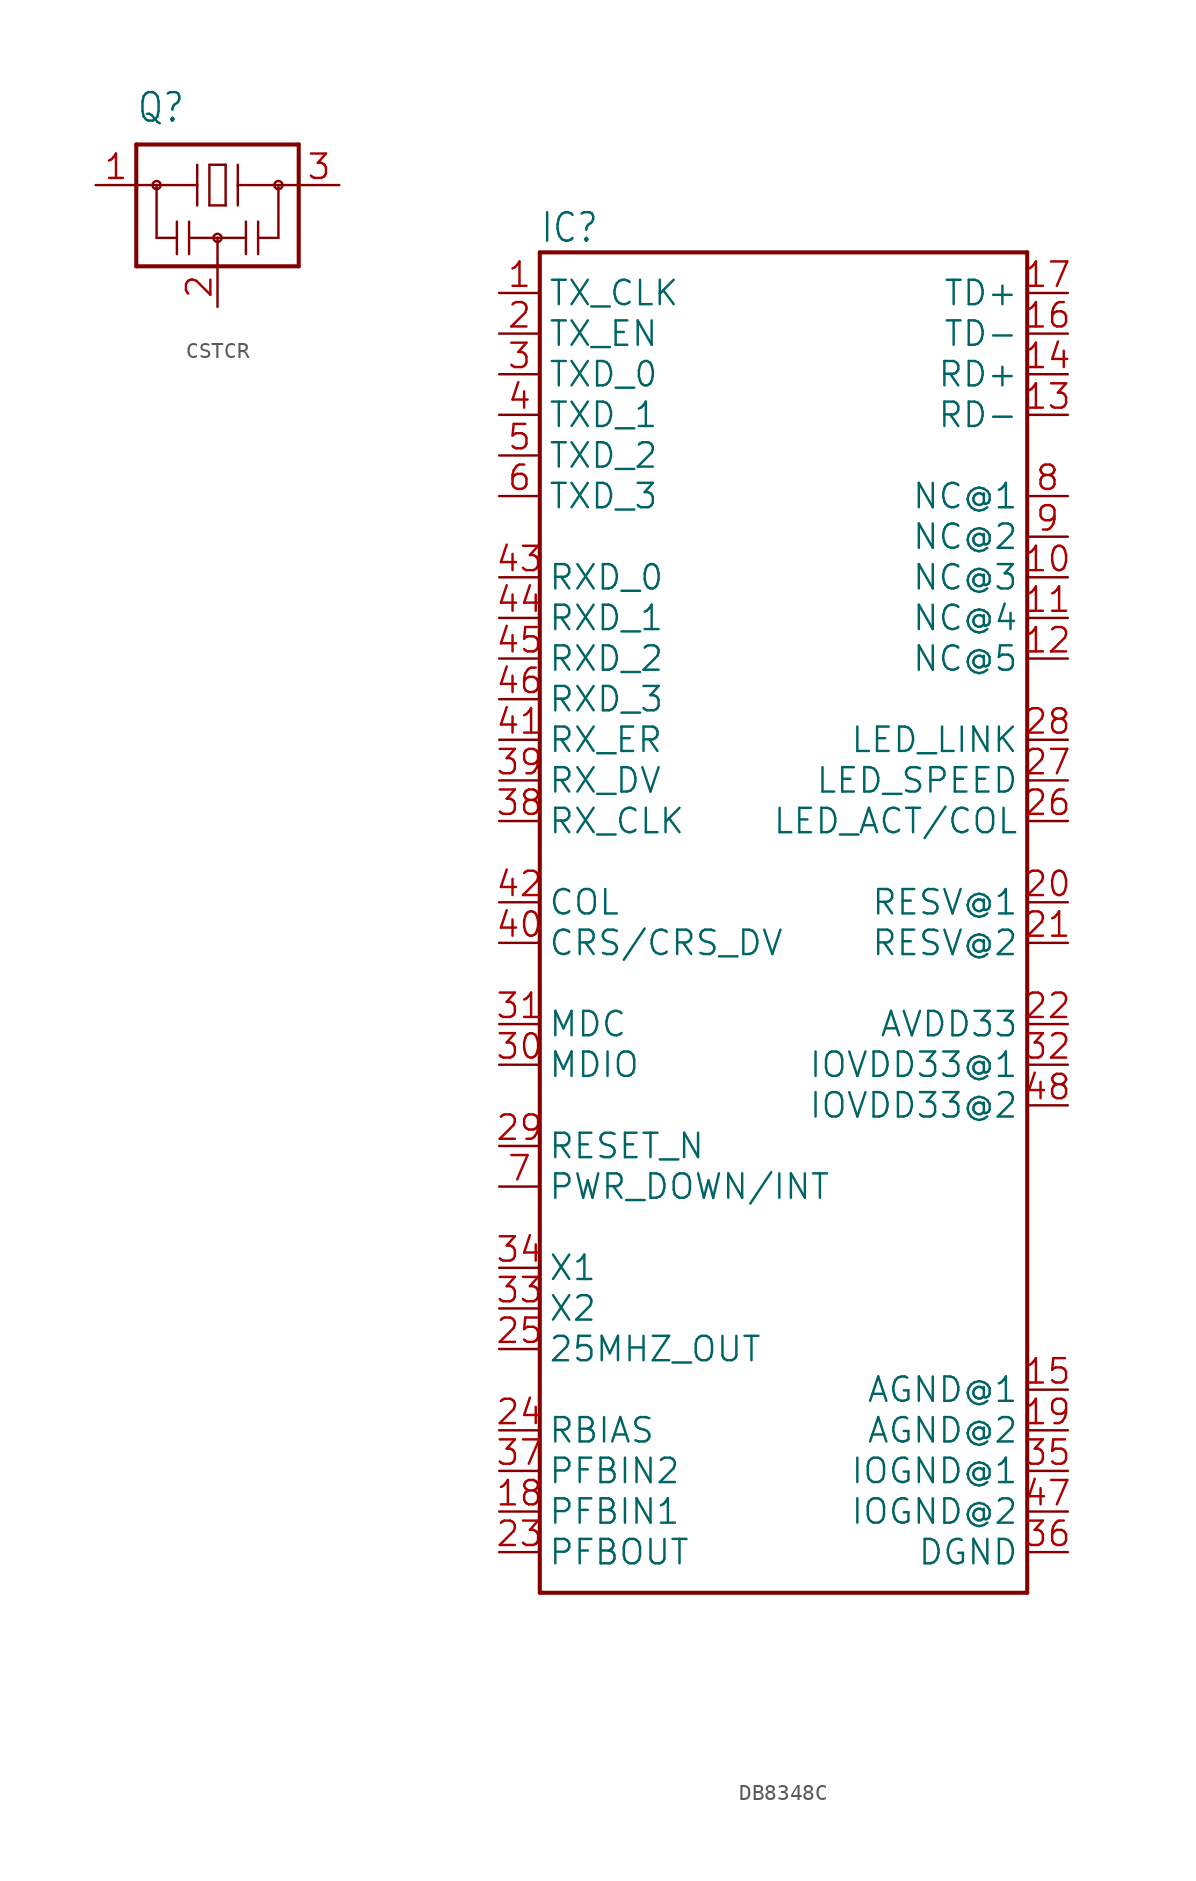
<source format=kicad_sym>
(kicad_symbol_lib
  (version 20241209)
  (generator "kicad_symbol_editor")
  (generator_version "9.0")
  (symbol "CSTCR"
    (property "Reference" "Q"
      (at -5.08 3.81 0)
      (effects (font (size 1.778 1.511)) (justify left bottom)))
    (property "Value" ""
      (at 2.54 -7.62 0)
      (effects (font (size 1.778 1.511)) (justify left bottom)))
    (property "ki_locked" ""
      (at 0 0 0)
      (effects (font (size 1.27 1.27))))
    (symbol "CSTCR_1_0"
      (polyline (pts (xy -5.08 2.54) (xy 5.08 2.54)) (stroke (width 0.254) (type solid)) (fill (type none)))
      (polyline (pts (xy -5.08 0) (xy -5.08 2.54)) (stroke (width 0.254) (type solid)) (fill (type none)))
      (polyline (pts (xy -5.08 0) (xy -3.81 0)) (stroke (width 0.152) (type solid)) (fill (type none)))
      (polyline (pts (xy -5.08 -5.08) (xy -5.08 0)) (stroke (width 0.254) (type solid)) (fill (type none)))
      (circle (center -3.81 0) (radius 0.254) (stroke (width 0) (type solid)) (fill (type none)))
      (polyline (pts (xy -3.81 0) (xy -1.27 0)) (stroke (width 0.152) (type solid)) (fill (type none)))
      (polyline (pts (xy -3.81 -3.302) (xy -3.81 0)) (stroke (width 0.152) (type solid)) (fill (type none)))
      (polyline (pts (xy -2.54 -2.286) (xy -2.54 -3.302)) (stroke (width 0.152) (type solid)) (fill (type none)))
      (polyline (pts (xy -2.54 -3.302) (xy -3.81 -3.302)) (stroke (width 0.152) (type solid)) (fill (type none)))
      (polyline (pts (xy -2.54 -3.302) (xy -2.54 -4.318)) (stroke (width 0.152) (type solid)) (fill (type none)))
      (polyline (pts (xy -1.778 -2.286) (xy -1.778 -4.318)) (stroke (width 0.152) (type solid)) (fill (type none)))
      (polyline (pts (xy -1.27 0) (xy -1.27 1.27)) (stroke (width 0.152) (type solid)) (fill (type none)))
      (polyline (pts (xy -1.27 0) (xy -1.27 -1.27)) (stroke (width 0.152) (type solid)) (fill (type none)))
      (polyline (pts (xy -0.508 1.27) (xy -0.508 -1.27)) (stroke (width 0.152) (type solid)) (fill (type none)))
      (polyline (pts (xy -0.508 -1.27) (xy 0.508 -1.27)) (stroke (width 0.152) (type solid)) (fill (type none)))
      (polyline (pts (xy 0 -3.302) (xy -1.778 -3.302)) (stroke (width 0.152) (type solid)) (fill (type none)))
      (polyline (pts (xy 0 -3.302) (xy 1.778 -3.302)) (stroke (width 0.152) (type solid)) (fill (type none)))
      (circle (center 0 -3.302) (radius 0.254) (stroke (width 0) (type solid)) (fill (type none)))
      (polyline (pts (xy 0 -5.08) (xy -5.08 -5.08)) (stroke (width 0.254) (type solid)) (fill (type none)))
      (polyline (pts (xy 0 -5.08) (xy 0 -3.302)) (stroke (width 0.152) (type solid)) (fill (type none)))
      (polyline (pts (xy 0.508 1.27) (xy -0.508 1.27)) (stroke (width 0.152) (type solid)) (fill (type none)))
      (polyline (pts (xy 0.508 -1.27) (xy 0.508 1.27)) (stroke (width 0.152) (type solid)) (fill (type none)))
      (polyline (pts (xy 1.27 1.27) (xy 1.27 0)) (stroke (width 0.152) (type solid)) (fill (type none)))
      (polyline (pts (xy 1.27 0) (xy 1.27 -1.27)) (stroke (width 0.152) (type solid)) (fill (type none)))
      (polyline (pts (xy 1.27 0) (xy 3.81 0)) (stroke (width 0.152) (type solid)) (fill (type none)))
      (polyline (pts (xy 1.778 -2.286) (xy 1.778 -4.318)) (stroke (width 0.152) (type solid)) (fill (type none)))
      (polyline (pts (xy 2.54 -2.286) (xy 2.54 -3.302)) (stroke (width 0.152) (type solid)) (fill (type none)))
      (polyline (pts (xy 2.54 -3.302) (xy 2.54 -4.318)) (stroke (width 0.152) (type solid)) (fill (type none)))
      (polyline (pts (xy 2.54 -3.302) (xy 3.81 -3.302)) (stroke (width 0.152) (type solid)) (fill (type none)))
      (polyline (pts (xy 3.81 0) (xy 5.08 0)) (stroke (width 0.152) (type solid)) (fill (type none)))
      (circle (center 3.81 0) (radius 0.254) (stroke (width 0) (type solid)) (fill (type none)))
      (polyline (pts (xy 3.81 -3.302) (xy 3.81 0)) (stroke (width 0.152) (type solid)) (fill (type none)))
      (polyline (pts (xy 5.08 2.54) (xy 5.08 0)) (stroke (width 0.254) (type solid)) (fill (type none)))
      (polyline (pts (xy 5.08 0) (xy 5.08 -5.08)) (stroke (width 0.254) (type solid)) (fill (type none)))
      (polyline (pts (xy 5.08 -5.08) (xy 0 -5.08)) (stroke (width 0.254) (type solid)) (fill (type none)))
      (pin passive line (at -7.62 0 0) (length 2.54) (name "1" (effects (font (size 0 0)))) (number "1" (effects (font (size 1.524 1.524)))))
      (pin passive line (at 0 -7.62 90) (length 2.54) (name "2" (effects (font (size 0 0)))) (number "2" (effects (font (size 1.524 1.524)))))
      (pin passive line (at 7.62 0 180) (length 2.54) (name "3" (effects (font (size 0 0)))) (number "3" (effects (font (size 1.524 1.524)))))))
  (symbol "DB8348C"
    (property "Reference" "IC"
      (at -15.24 41.148 0)
      (effects (font (size 1.778 1.511)) (justify left bottom)))
    (property "Value" ""
      (at -15.24 -45.72 0)
      (effects (font (size 1.778 1.511)) (justify left bottom)))
    (property "ki_locked" ""
      (at 0 0 0)
      (effects (font (size 1.27 1.27))))
    (symbol "DB8348C_1_0"
      (polyline (pts (xy -15.24 40.64) (xy 15.24 40.64)) (stroke (width 0.254) (type solid)) (fill (type none)))
      (polyline (pts (xy -15.24 -43.18) (xy -15.24 40.64)) (stroke (width 0.254) (type solid)) (fill (type none)))
      (polyline (pts (xy 15.24 40.64) (xy 15.24 -43.18)) (stroke (width 0.254) (type solid)) (fill (type none)))
      (polyline (pts (xy 15.24 -43.18) (xy -15.24 -43.18)) (stroke (width 0.254) (type solid)) (fill (type none)))
      (pin bidirectional line (at -17.78 38.1 0) (length 2.54) (name "TX_CLK" (effects (font (size 1.524 1.524)))) (number "1" (effects (font (size 1.524 1.524)))))
      (pin bidirectional line (at -17.78 35.56 0) (length 2.54) (name "TX_EN" (effects (font (size 1.524 1.524)))) (number "2" (effects (font (size 1.524 1.524)))))
      (pin bidirectional line (at -17.78 33.02 0) (length 2.54) (name "TXD_0" (effects (font (size 1.524 1.524)))) (number "3" (effects (font (size 1.524 1.524)))))
      (pin bidirectional line (at -17.78 30.48 0) (length 2.54) (name "TXD_1" (effects (font (size 1.524 1.524)))) (number "4" (effects (font (size 1.524 1.524)))))
      (pin bidirectional line (at -17.78 27.94 0) (length 2.54) (name "TXD_2" (effects (font (size 1.524 1.524)))) (number "5" (effects (font (size 1.524 1.524)))))
      (pin bidirectional line (at -17.78 25.4 0) (length 2.54) (name "TXD_3" (effects (font (size 1.524 1.524)))) (number "6" (effects (font (size 1.524 1.524)))))
      (pin bidirectional line (at -17.78 20.32 0) (length 2.54) (name "RXD_0" (effects (font (size 1.524 1.524)))) (number "43" (effects (font (size 1.524 1.524)))))
      (pin bidirectional line (at -17.78 17.78 0) (length 2.54) (name "RXD_1" (effects (font (size 1.524 1.524)))) (number "44" (effects (font (size 1.524 1.524)))))
      (pin bidirectional line (at -17.78 15.24 0) (length 2.54) (name "RXD_2" (effects (font (size 1.524 1.524)))) (number "45" (effects (font (size 1.524 1.524)))))
      (pin bidirectional line (at -17.78 12.7 0) (length 2.54) (name "RXD_3" (effects (font (size 1.524 1.524)))) (number "46" (effects (font (size 1.524 1.524)))))
      (pin bidirectional line (at -17.78 10.16 0) (length 2.54) (name "RX_ER" (effects (font (size 1.524 1.524)))) (number "41" (effects (font (size 1.524 1.524)))))
      (pin bidirectional line (at -17.78 7.62 0) (length 2.54) (name "RX_DV" (effects (font (size 1.524 1.524)))) (number "39" (effects (font (size 1.524 1.524)))))
      (pin bidirectional line (at -17.78 5.08 0) (length 2.54) (name "RX_CLK" (effects (font (size 1.524 1.524)))) (number "38" (effects (font (size 1.524 1.524)))))
      (pin bidirectional line (at -17.78 0 0) (length 2.54) (name "COL" (effects (font (size 1.524 1.524)))) (number "42" (effects (font (size 1.524 1.524)))))
      (pin bidirectional line (at -17.78 -2.54 0) (length 2.54) (name "CRS/CRS_DV" (effects (font (size 1.524 1.524)))) (number "40" (effects (font (size 1.524 1.524)))))
      (pin bidirectional line (at -17.78 -7.62 0) (length 2.54) (name "MDC" (effects (font (size 1.524 1.524)))) (number "31" (effects (font (size 1.524 1.524)))))
      (pin bidirectional line (at -17.78 -10.16 0) (length 2.54) (name "MDIO" (effects (font (size 1.524 1.524)))) (number "30" (effects (font (size 1.524 1.524)))))
      (pin bidirectional line (at -17.78 -15.24 0) (length 2.54) (name "RESET_N" (effects (font (size 1.524 1.524)))) (number "29" (effects (font (size 1.524 1.524)))))
      (pin bidirectional line (at -17.78 -17.78 0) (length 2.54) (name "PWR_DOWN/INT" (effects (font (size 1.524 1.524)))) (number "7" (effects (font (size 1.524 1.524)))))
      (pin bidirectional line (at -17.78 -22.86 0) (length 2.54) (name "X1" (effects (font (size 1.524 1.524)))) (number "34" (effects (font (size 1.524 1.524)))))
      (pin bidirectional line (at -17.78 -25.4 0) (length 2.54) (name "X2" (effects (font (size 1.524 1.524)))) (number "33" (effects (font (size 1.524 1.524)))))
      (pin bidirectional line (at -17.78 -27.94 0) (length 2.54) (name "25MHZ_OUT" (effects (font (size 1.524 1.524)))) (number "25" (effects (font (size 1.524 1.524)))))
      (pin bidirectional line (at -17.78 -33.02 0) (length 2.54) (name "RBIAS" (effects (font (size 1.524 1.524)))) (number "24" (effects (font (size 1.524 1.524)))))
      (pin bidirectional line (at -17.78 -35.56 0) (length 2.54) (name "PFBIN2" (effects (font (size 1.524 1.524)))) (number "37" (effects (font (size 1.524 1.524)))))
      (pin bidirectional line (at -17.78 -38.1 0) (length 2.54) (name "PFBIN1" (effects (font (size 1.524 1.524)))) (number "18" (effects (font (size 1.524 1.524)))))
      (pin bidirectional line (at -17.78 -40.64 0) (length 2.54) (name "PFBOUT" (effects (font (size 1.524 1.524)))) (number "23" (effects (font (size 1.524 1.524)))))
      (pin bidirectional line (at 17.78 38.1 180) (length 2.54) (name "TD+" (effects (font (size 1.524 1.524)))) (number "17" (effects (font (size 1.524 1.524)))))
      (pin bidirectional line (at 17.78 35.56 180) (length 2.54) (name "TD-" (effects (font (size 1.524 1.524)))) (number "16" (effects (font (size 1.524 1.524)))))
      (pin bidirectional line (at 17.78 33.02 180) (length 2.54) (name "RD+" (effects (font (size 1.524 1.524)))) (number "14" (effects (font (size 1.524 1.524)))))
      (pin bidirectional line (at 17.78 30.48 180) (length 2.54) (name "RD-" (effects (font (size 1.524 1.524)))) (number "13" (effects (font (size 1.524 1.524)))))
      (pin bidirectional line (at 17.78 25.4 180) (length 2.54) (name "NC@1" (effects (font (size 1.524 1.524)))) (number "8" (effects (font (size 1.524 1.524)))))
      (pin bidirectional line (at 17.78 22.86 180) (length 2.54) (name "NC@2" (effects (font (size 1.524 1.524)))) (number "9" (effects (font (size 1.524 1.524)))))
      (pin bidirectional line (at 17.78 20.32 180) (length 2.54) (name "NC@3" (effects (font (size 1.524 1.524)))) (number "10" (effects (font (size 1.524 1.524)))))
      (pin bidirectional line (at 17.78 17.78 180) (length 2.54) (name "NC@4" (effects (font (size 1.524 1.524)))) (number "11" (effects (font (size 1.524 1.524)))))
      (pin bidirectional line (at 17.78 15.24 180) (length 2.54) (name "NC@5" (effects (font (size 1.524 1.524)))) (number "12" (effects (font (size 1.524 1.524)))))
      (pin bidirectional line (at 17.78 10.16 180) (length 2.54) (name "LED_LINK" (effects (font (size 1.524 1.524)))) (number "28" (effects (font (size 1.524 1.524)))))
      (pin bidirectional line (at 17.78 7.62 180) (length 2.54) (name "LED_SPEED" (effects (font (size 1.524 1.524)))) (number "27" (effects (font (size 1.524 1.524)))))
      (pin bidirectional line (at 17.78 5.08 180) (length 2.54) (name "LED_ACT/COL" (effects (font (size 1.524 1.524)))) (number "26" (effects (font (size 1.524 1.524)))))
      (pin bidirectional line (at 17.78 0 180) (length 2.54) (name "RESV@1" (effects (font (size 1.524 1.524)))) (number "20" (effects (font (size 1.524 1.524)))))
      (pin bidirectional line (at 17.78 -2.54 180) (length 2.54) (name "RESV@2" (effects (font (size 1.524 1.524)))) (number "21" (effects (font (size 1.524 1.524)))))
      (pin bidirectional line (at 17.78 -7.62 180) (length 2.54) (name "AVDD33" (effects (font (size 1.524 1.524)))) (number "22" (effects (font (size 1.524 1.524)))))
      (pin bidirectional line (at 17.78 -10.16 180) (length 2.54) (name "IOVDD33@1" (effects (font (size 1.524 1.524)))) (number "32" (effects (font (size 1.524 1.524)))))
      (pin bidirectional line (at 17.78 -12.7 180) (length 2.54) (name "IOVDD33@2" (effects (font (size 1.524 1.524)))) (number "48" (effects (font (size 1.524 1.524)))))
      (pin bidirectional line (at 17.78 -30.48 180) (length 2.54) (name "AGND@1" (effects (font (size 1.524 1.524)))) (number "15" (effects (font (size 1.524 1.524)))))
      (pin bidirectional line (at 17.78 -33.02 180) (length 2.54) (name "AGND@2" (effects (font (size 1.524 1.524)))) (number "19" (effects (font (size 1.524 1.524)))))
      (pin bidirectional line (at 17.78 -35.56 180) (length 2.54) (name "IOGND@1" (effects (font (size 1.524 1.524)))) (number "35" (effects (font (size 1.524 1.524)))))
      (pin bidirectional line (at 17.78 -38.1 180) (length 2.54) (name "IOGND@2" (effects (font (size 1.524 1.524)))) (number "47" (effects (font (size 1.524 1.524)))))
      (pin bidirectional line (at 17.78 -40.64 180) (length 2.54) (name "DGND" (effects (font (size 1.524 1.524)))) (number "36" (effects (font (size 1.524 1.524))))))))
</source>
